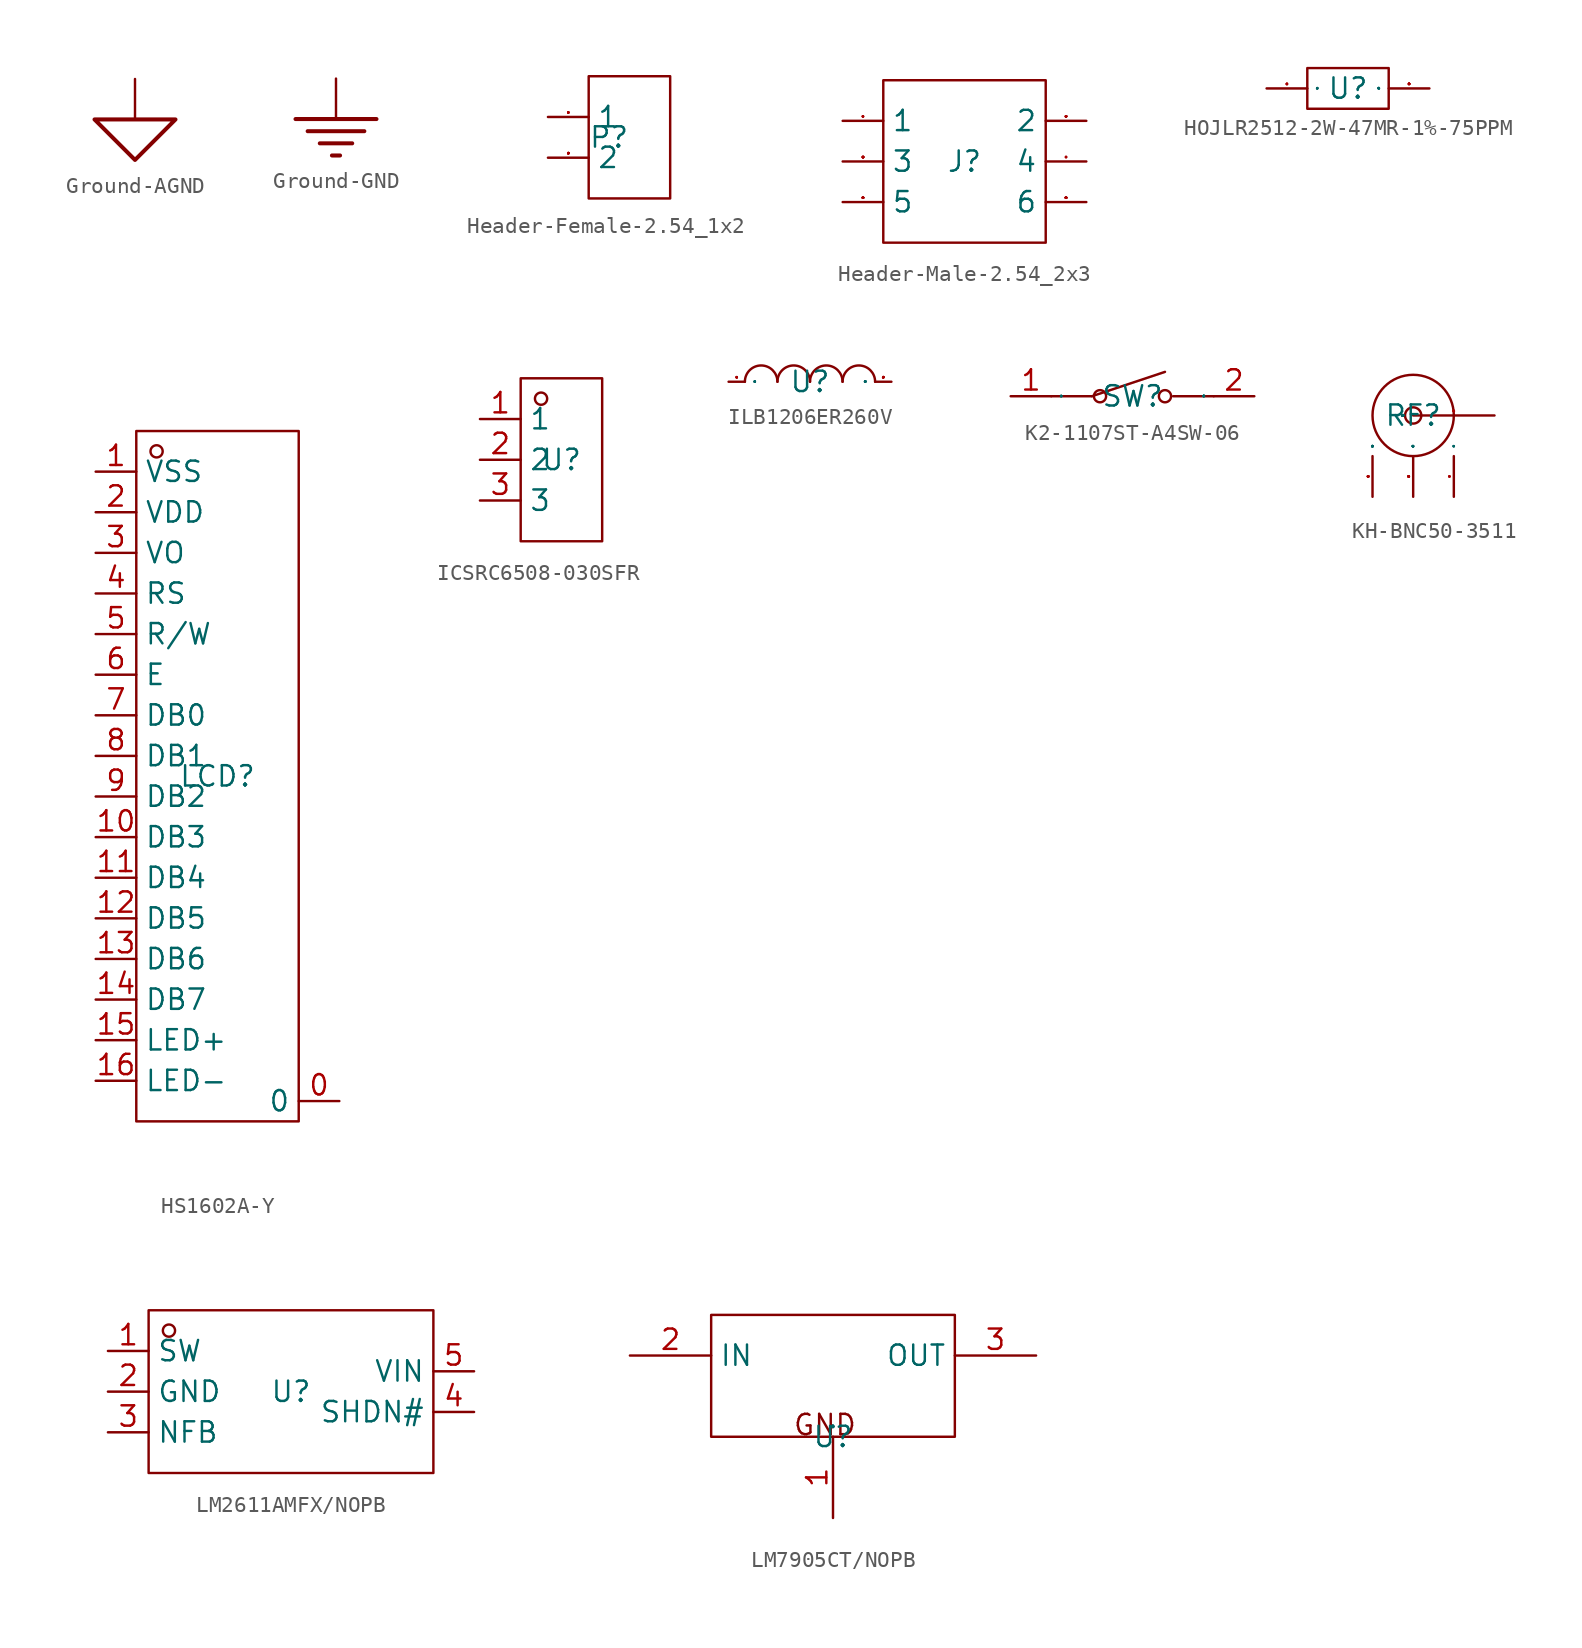
<source format=kicad_sym>
(kicad_symbol_lib
  (version 20241209)
  (generator "kicad_symbol_editor")
  (generator_version "9.0")
  (symbol "Ground-AGND"
    (power)
    (pin_numbers
      (hide yes))
    (pin_names
      (hide yes))
    (property "Reference" "#PWR"
      (at 0 0 0)
      (effects (font (size 1.27 1.27)) (hide yes)))
    (symbol "Ground-AGND_1_0"
      (polyline (pts (xy -2.54 -2.54) (xy 2.54 -2.54) (xy 0 -5.08) (xy -2.54 -2.54)) (stroke (width 0.254) (type solid)) (fill (type none)))
      (pin power_in line (at 0 0 270) (length 2.54) (name "" (effects (font (size 1.27 1.27)))) (number "1" (effects (font (size 0.025 0.025)))))))
  (symbol "Ground-GND"
    (power)
    (pin_numbers
      (hide yes))
    (pin_names
      (hide yes))
    (property "Reference" "#PWR"
      (at 0 0 0)
      (effects (font (size 1.27 1.27)) (hide yes)))
    (symbol "Ground-GND_1_0"
      (polyline (pts (xy -2.54 -2.54) (xy 2.54 -2.54)) (stroke (width 0.254) (type default)) (fill (type none)))
      (polyline (pts (xy -1.778 -3.302) (xy 1.778 -3.302)) (stroke (width 0.254) (type default)) (fill (type none)))
      (polyline (pts (xy -1.016 -4.064) (xy 1.016 -4.064)) (stroke (width 0.254) (type default)) (fill (type none)))
      (polyline (pts (xy -0.254 -4.826) (xy 0.254 -4.826)) (stroke (width 0.254) (type default)) (fill (type none)))
      (pin power_in line (at 0 0 270) (length 2.54) (name "" (effects (font (size 1.27 1.27)))) (number "1" (effects (font (size 0.025 0.025)))))))
  (symbol "Header-Female-2.54_1x2"
    (property "Reference" "P"
      (at 0 0 0)
      (effects (font (size 1.27 1.27))))
    (property "Value" ""
      (at 0 0 0)
      (effects (font (size 1.27 1.27))))
    (symbol "Header-Female-2.54_1x2_1_0"
      (rectangle (start -1.27 -3.81) (end 3.81 3.81) (stroke (width 0) (type default)) (fill (type none)))
      (pin input line (at -3.81 1.27 0) (length 2.54) (name "1" (effects (font (size 1.27 1.27)))) (number "1" (effects (font (size 0.025 0.025)))))
      (pin input line (at -3.81 -1.27 0) (length 2.54) (name "2" (effects (font (size 1.27 1.27)))) (number "2" (effects (font (size 0.025 0.025)))))))
  (symbol "Header-Male-2.54_2x3"
    (property "Reference" "J"
      (at 0 0 0)
      (effects (font (size 1.27 1.27))))
    (property "Value" ""
      (at 0 0 0)
      (effects (font (size 1.27 1.27))))
    (symbol "Header-Male-2.54_2x3_1_0"
      (rectangle (start -5.08 -5.08) (end 5.08 5.08) (stroke (width 0) (type default)) (fill (type none)))
      (pin input line (at -7.62 2.54 0) (length 2.54) (name "1" (effects (font (size 1.27 1.27)))) (number "1" (effects (font (size 0.025 0.025)))))
      (pin input line (at -7.62 0 0) (length 2.54) (name "3" (effects (font (size 1.27 1.27)))) (number "3" (effects (font (size 0.025 0.025)))))
      (pin input line (at -7.62 -2.54 0) (length 2.54) (name "5" (effects (font (size 1.27 1.27)))) (number "5" (effects (font (size 0.025 0.025)))))
      (pin input line (at 7.62 2.54 180) (length 2.54) (name "2" (effects (font (size 1.27 1.27)))) (number "2" (effects (font (size 0.025 0.025)))))
      (pin input line (at 7.62 0 180) (length 2.54) (name "4" (effects (font (size 1.27 1.27)))) (number "4" (effects (font (size 0.025 0.025)))))
      (pin input line (at 7.62 -2.54 180) (length 2.54) (name "6" (effects (font (size 1.27 1.27)))) (number "6" (effects (font (size 0.025 0.025)))))))
  (symbol "HOJLR2512-2W-47MR-1%-75PPM"
    (property "Reference" "U"
      (at 0 0 0)
      (effects (font (size 1.27 1.27))))
    (symbol "HOJLR2512-2W-47MR-1%-75PPM_1_0"
      (rectangle (start -2.54 -1.27) (end 2.54 1.27) (stroke (width 0) (type default)) (fill (type none)))
      (pin unspecified line (at -5.08 0 0) (length 2.54) (name "1" (effects (font (size 0.025 0.025)))) (number "1" (effects (font (size 0.025 0.025)))))
      (pin unspecified line (at 5.08 0 180) (length 2.54) (name "2" (effects (font (size 0.025 0.025)))) (number "2" (effects (font (size 0.025 0.025)))))))
  (symbol "HS1602A-Y"
    (property "Reference" "LCD"
      (at 0 0 0)
      (effects (font (size 1.27 1.27))))
    (property "Value" ""
      (at 0 0 0)
      (effects (font (size 1.27 1.27))))
    (symbol "HS1602A-Y_1_0"
      (rectangle (start -5.08 -21.59) (end 5.08 21.59) (stroke (width 0) (type default)) (fill (type none)))
      (circle (center -3.81 20.32) (radius 0.381) (stroke (width 0) (type default)) (fill (type none)))
      (pin unspecified line (at -7.62 19.05 0) (length 2.54) (name "VSS" (effects (font (size 1.27 1.27)))) (number "1" (effects (font (size 1.27 1.27)))))
      (pin unspecified line (at -7.62 16.51 0) (length 2.54) (name "VDD" (effects (font (size 1.27 1.27)))) (number "2" (effects (font (size 1.27 1.27)))))
      (pin unspecified line (at -7.62 13.97 0) (length 2.54) (name "VO" (effects (font (size 1.27 1.27)))) (number "3" (effects (font (size 1.27 1.27)))))
      (pin unspecified line (at -7.62 11.43 0) (length 2.54) (name "RS" (effects (font (size 1.27 1.27)))) (number "4" (effects (font (size 1.27 1.27)))))
      (pin unspecified line (at -7.62 8.89 0) (length 2.54) (name "R/W" (effects (font (size 1.27 1.27)))) (number "5" (effects (font (size 1.27 1.27)))))
      (pin unspecified line (at -7.62 6.35 0) (length 2.54) (name "E" (effects (font (size 1.27 1.27)))) (number "6" (effects (font (size 1.27 1.27)))))
      (pin unspecified line (at -7.62 3.81 0) (length 2.54) (name "DB0" (effects (font (size 1.27 1.27)))) (number "7" (effects (font (size 1.27 1.27)))))
      (pin unspecified line (at -7.62 1.27 0) (length 2.54) (name "DB1" (effects (font (size 1.27 1.27)))) (number "8" (effects (font (size 1.27 1.27)))))
      (pin unspecified line (at -7.62 -1.27 0) (length 2.54) (name "DB2" (effects (font (size 1.27 1.27)))) (number "9" (effects (font (size 1.27 1.27)))))
      (pin unspecified line (at -7.62 -3.81 0) (length 2.54) (name "DB3" (effects (font (size 1.27 1.27)))) (number "10" (effects (font (size 1.27 1.27)))))
      (pin unspecified line (at -7.62 -6.35 0) (length 2.54) (name "DB4" (effects (font (size 1.27 1.27)))) (number "11" (effects (font (size 1.27 1.27)))))
      (pin unspecified line (at -7.62 -8.89 0) (length 2.54) (name "DB5" (effects (font (size 1.27 1.27)))) (number "12" (effects (font (size 1.27 1.27)))))
      (pin unspecified line (at -7.62 -11.43 0) (length 2.54) (name "DB6" (effects (font (size 1.27 1.27)))) (number "13" (effects (font (size 1.27 1.27)))))
      (pin unspecified line (at -7.62 -13.97 0) (length 2.54) (name "DB7" (effects (font (size 1.27 1.27)))) (number "14" (effects (font (size 1.27 1.27)))))
      (pin unspecified line (at -7.62 -16.51 0) (length 2.54) (name "LED+" (effects (font (size 1.27 1.27)))) (number "15" (effects (font (size 1.27 1.27)))))
      (pin unspecified line (at -7.62 -19.05 0) (length 2.54) (name "LED-" (effects (font (size 1.27 1.27)))) (number "16" (effects (font (size 1.27 1.27)))))
      (pin unspecified line (at 7.62 -20.32 180) (length 2.54) (name "0" (effects (font (size 1.27 1.27)))) (number "0" (effects (font (size 1.27 1.27)))))))
  (symbol "ICSRC6508-030SFR"
    (property "Reference" "U"
      (at 0 0 0)
      (effects (font (size 1.27 1.27))))
    (property "Value" ""
      (at 0 0 0)
      (effects (font (size 1.27 1.27))))
    (symbol "ICSRC6508-030SFR_1_0"
      (rectangle (start -2.54 -5.08) (end 2.54 5.08) (stroke (width 0) (type default)) (fill (type none)))
      (circle (center -1.27 3.81) (radius 0.381) (stroke (width 0) (type default)) (fill (type none)))
      (pin unspecified line (at -5.08 2.54 0) (length 2.54) (name "1" (effects (font (size 1.27 1.27)))) (number "1" (effects (font (size 1.27 1.27)))))
      (pin unspecified line (at -5.08 0 0) (length 2.54) (name "2" (effects (font (size 1.27 1.27)))) (number "2" (effects (font (size 1.27 1.27)))))
      (pin unspecified line (at -5.08 -2.54 0) (length 2.54) (name "3" (effects (font (size 1.27 1.27)))) (number "3" (effects (font (size 1.27 1.27)))))))
  (symbol "ILB1206ER260V"
    (property "Reference" "U"
      (at 0 0 0)
      (effects (font (size 1.27 1.27))))
    (property "Value" ""
      (at 0 0 0)
      (effects (font (size 1.27 1.27))))
    (symbol "ILB1206ER260V_1_0"
      (arc (start -4.064 0) (mid -3.0226 1.016) (end -2.032 0) (stroke (width 0) (type default)) (fill (type none)))
      (arc (start -2.032 0) (mid -0.9906 1.016) (end 0 0) (stroke (width 0) (type default)) (fill (type none)))
      (arc (start 0 0) (mid 1.016 1.016) (end 2.032 0) (stroke (width 0) (type default)) (fill (type none)))
      (arc (start 2.032 0) (mid 3.048 1.016) (end 4.064 0) (stroke (width 0) (type default)) (fill (type none)))
      (pin unspecified line (at -5.08 0 0) (length 1.016) (name "1" (effects (font (size 0.025 0.025)))) (number "1" (effects (font (size 0.025 0.025)))))
      (pin unspecified line (at 5.08 0 180) (length 1.016) (name "2" (effects (font (size 0.025 0.025)))) (number "2" (effects (font (size 0.025 0.025)))))))
  (symbol "K2-1107ST-A4SW-06"
    (property "Reference" "SW"
      (at 0 0 0)
      (effects (font (size 1.27 1.27))))
    (property "Value" ""
      (at 0 0 0)
      (effects (font (size 1.27 1.27))))
    (symbol "K2-1107ST-A4SW-06_1_0"
      (polyline (pts (xy -5.08 0) (xy -2.54 0)) (stroke (width 0) (type default)) (fill (type none)))
      (polyline (pts (xy -2.54 0) (xy 2.032 1.524) (xy 2.032 1.524) (xy 2.032 1.524)) (stroke (width 0) (type default)) (fill (type none)))
      (circle (center -2.032 0) (radius 0.381) (stroke (width 0) (type default)) (fill (type none)))
      (circle (center 2.032 0) (radius 0.381) (stroke (width 0) (type default)) (fill (type none)))
      (polyline (pts (xy 2.54 0) (xy 5.08 0)) (stroke (width 0) (type default)) (fill (type none)))
      (pin unspecified line (at -7.62 0 0) (length 2.54) (name "1" (effects (font (size 0.025 0.025)))) (number "1" (effects (font (size 1.27 1.27)))))
      (pin unspecified line (at 7.62 0 180) (length 2.54) (name "2" (effects (font (size 0.025 0.025)))) (number "2" (effects (font (size 1.27 1.27)))))))
  (symbol "KH-BNC50-3511"
    (property "Reference" "RF"
      (at 0 0 0)
      (effects (font (size 1.27 1.27))))
    (property "Value" ""
      (at 0 0 0)
      (effects (font (size 1.27 1.27))))
    (symbol "KH-BNC50-3511_1_0"
      (circle (center 0 0) (radius 0.508) (stroke (width 0) (type default)) (fill (type none)))
      (circle (center 0 0) (radius 2.54) (stroke (width 0) (type default)) (fill (type none)))
      (pin unspecified line (at -2.54 -5.08 90) (length 2.54) (name "3" (effects (font (size 0.025 0.025)))) (number "3" (effects (font (size 0.025 0.025)))))
      (pin unspecified line (at 0 -5.08 90) (length 2.54) (name "2" (effects (font (size 0.025 0.025)))) (number "2" (effects (font (size 0.025 0.025)))))
      (pin unspecified line (at 2.54 -5.08 90) (length 2.54) (name "4" (effects (font (size 0.025 0.025)))) (number "4" (effects (font (size 0.025 0.025)))))
      (pin unspecified line (at 5.08 0 180) (length 5.08) (name "OUT" (effects (font (size 0.025 0.025)))) (number "1" (effects (font (size 0.025 0.025)))))))
  (symbol "LM2611AMFX/NOPB"
    (property "Reference" "U"
      (at 0 0 0)
      (effects (font (size 1.27 1.27))))
    (property "Value" ""
      (at 0 0 0)
      (effects (font (size 1.27 1.27))))
    (symbol "LM2611AMFX/NOPB_1_0"
      (rectangle (start -8.89 -5.08) (end 8.89 5.08) (stroke (width 0) (type default)) (fill (type none)))
      (circle (center -7.62 3.81) (radius 0.381) (stroke (width 0) (type default)) (fill (type none)))
      (pin unspecified line (at -11.43 2.54 0) (length 2.54) (name "SW" (effects (font (size 1.27 1.27)))) (number "1" (effects (font (size 1.27 1.27)))))
      (pin unspecified line (at -11.43 0 0) (length 2.54) (name "GND" (effects (font (size 1.27 1.27)))) (number "2" (effects (font (size 1.27 1.27)))))
      (pin unspecified line (at -11.43 -2.54 0) (length 2.54) (name "NFB" (effects (font (size 1.27 1.27)))) (number "3" (effects (font (size 1.27 1.27)))))
      (pin unspecified line (at 11.43 1.27 180) (length 2.54) (name "VIN" (effects (font (size 1.27 1.27)))) (number "5" (effects (font (size 1.27 1.27)))))
      (pin unspecified line (at 11.43 -1.27 180) (length 2.54) (name "SHDN#" (effects (font (size 1.27 1.27)))) (number "4" (effects (font (size 1.27 1.27)))))))
  (symbol "LM7905CT/NOPB"
    (property "Reference" "U"
      (at 0 0 0)
      (effects (font (size 1.27 1.27))))
    (property "Value" ""
      (at 0 0 0)
      (effects (font (size 1.27 1.27))))
    (symbol "LM7905CT/NOPB_1_0"
      (rectangle (start -7.62 0) (end 7.62 7.62) (stroke (width 0) (type default)) (fill (type none)))
      (text "GND" (at -2.54 0 0) (effects (font (size 1.27 1.27)) (justify left bottom)))
      (pin unspecified line (at -12.7 5.08 0) (length 5.08) (name "IN" (effects (font (size 1.27 1.27)))) (number "2" (effects (font (size 1.27 1.27)))))
      (pin unspecified line (at 0 -5.08 90) (length 5.08) (name "GND" (effects (font (size 0.025 0.025)))) (number "1" (effects (font (size 1.27 1.27)))))
      (pin unspecified line (at 12.7 5.08 180) (length 5.08) (name "OUT" (effects (font (size 1.27 1.27)))) (number "3" (effects (font (size 1.27 1.27))))))))
</source>
